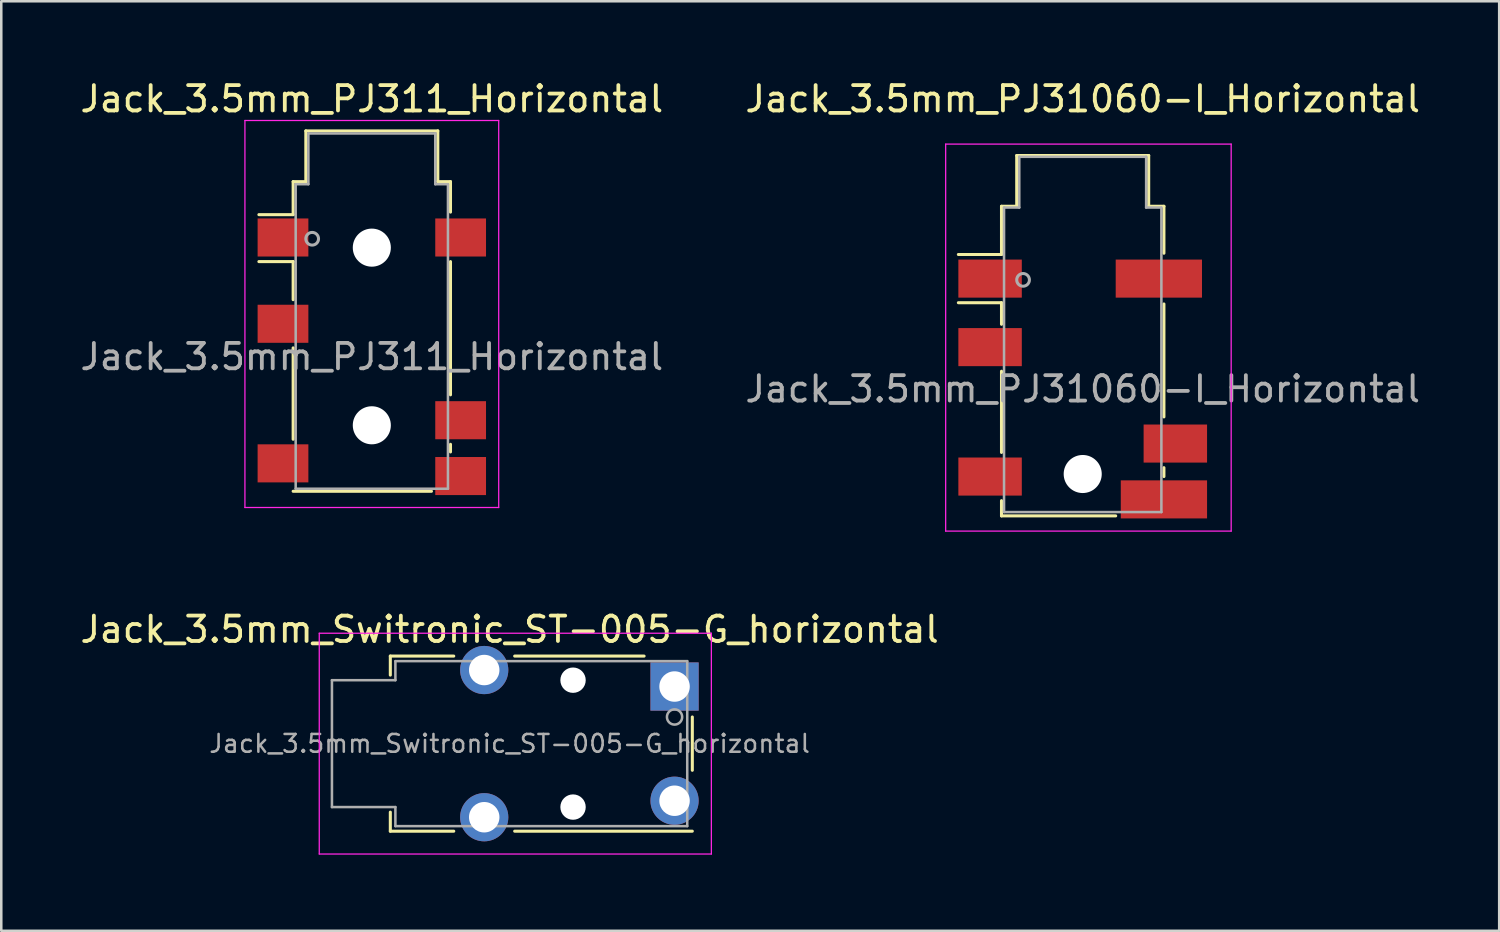
<source format=kicad_pcb>
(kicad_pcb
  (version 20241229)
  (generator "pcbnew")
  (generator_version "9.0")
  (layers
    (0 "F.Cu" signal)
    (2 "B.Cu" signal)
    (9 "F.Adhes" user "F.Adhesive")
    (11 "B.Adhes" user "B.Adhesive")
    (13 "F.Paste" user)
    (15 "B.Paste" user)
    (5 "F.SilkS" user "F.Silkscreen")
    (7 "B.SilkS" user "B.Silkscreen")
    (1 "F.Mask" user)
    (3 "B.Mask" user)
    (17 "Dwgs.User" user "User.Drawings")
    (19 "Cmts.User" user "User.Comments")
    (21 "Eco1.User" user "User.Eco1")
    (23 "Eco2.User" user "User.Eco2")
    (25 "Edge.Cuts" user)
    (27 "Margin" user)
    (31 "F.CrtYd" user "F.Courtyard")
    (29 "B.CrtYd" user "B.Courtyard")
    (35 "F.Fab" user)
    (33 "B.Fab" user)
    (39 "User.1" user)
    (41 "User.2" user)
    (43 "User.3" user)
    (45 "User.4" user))
  (footprint "Jack_3.5mm_PJ311_Horizontal"
    (layer "F.Cu")
    (at 11.601 11.008)
    (property "Reference" "Jack_3.5mm_PJ311_Horizontal" (at 0 -10.16 0) (layer "F.SilkS") (effects (font (size 1 1) (thickness 0.15))))
    (attr smd)
    (fp_line (start -3.1 -6.9) (end -2.6 -6.9) (stroke (width 0.12) (type solid)) (layer "F.SilkS"))
    (fp_line (start -3.1 -5.6) (end -4.45 -5.6) (stroke (width 0.12) (type solid)) (layer "F.SilkS"))
    (fp_line (start -3.1 -5.6) (end -3.1 -6.9) (stroke (width 0.12) (type solid)) (layer "F.SilkS"))
    (fp_line (start -3.1 -3.75) (end -4.45 -3.75) (stroke (width 0.12) (type solid)) (layer "F.SilkS"))
    (fp_line (start -3.1 -2.25) (end -3.1 -3.75) (stroke (width 0.12) (type solid)) (layer "F.SilkS"))
    (fp_line (start -3.1 3.25) (end -3.1 -0.35) (stroke (width 0.12) (type solid)) (layer "F.SilkS"))
    (fp_line (start -2.6 -8.9) (end 2.6 -8.9) (stroke (width 0.12) (type solid)) (layer "F.SilkS"))
    (fp_line (start -2.6 -6.9) (end -2.6 -8.9) (stroke (width 0.12) (type solid)) (layer "F.SilkS"))
    (fp_line (start 2.35 5.3) (end -3.1 5.3) (stroke (width 0.12) (type solid)) (layer "F.SilkS"))
    (fp_line (start 2.6 -8.9) (end 2.6 -6.9) (stroke (width 0.12) (type solid)) (layer "F.SilkS"))
    (fp_line (start 2.6 -6.9) (end 3.1 -6.9) (stroke (width 0.12) (type solid)) (layer "F.SilkS"))
    (fp_line (start 3.1 -6.9) (end 3.1 -5.7) (stroke (width 0.12) (type solid)) (layer "F.SilkS"))
    (fp_line (start 3.1 -3.75) (end 3.1 1.5) (stroke (width 0.12) (type solid)) (layer "F.SilkS"))
    (fp_line (start 3.1 3.45) (end 3.1 3.75) (stroke (width 0.12) (type solid)) (layer "F.SilkS"))
    (fp_line (start -5 -9.31) (end -5 5.94) (stroke (width 0.05) (type solid)) (layer "F.CrtYd"))
    (fp_line (start -5 -9.31) (end 5 -9.31) (stroke (width 0.05) (type solid)) (layer "F.CrtYd"))
    (fp_line (start -5 5.94) (end 5 5.94) (stroke (width 0.05) (type solid)) (layer "F.CrtYd"))
    (fp_line (start 5 5.94) (end 5 -9.31) (stroke (width 0.05) (type solid)) (layer "F.CrtYd"))
    (fp_line (start -3 -6.8) (end -3 5.2) (stroke (width 0.1) (type solid)) (layer "F.Fab"))
    (fp_line (start -3 5.2) (end 3 5.2) (stroke (width 0.1) (type solid)) (layer "F.Fab"))
    (fp_line (start -2.5 -8.8) (end -2.5 -6.8) (stroke (width 0.1) (type solid)) (layer "F.Fab"))
    (fp_line (start -2.5 -6.8) (end -3 -6.8) (stroke (width 0.1) (type solid)) (layer "F.Fab"))
    (fp_line (start 2.5 -8.8) (end -2.5 -8.8) (stroke (width 0.1) (type solid)) (layer "F.Fab"))
    (fp_line (start 2.5 -6.8) (end 2.5 -8.8) (stroke (width 0.1) (type solid)) (layer "F.Fab"))
    (fp_line (start 3 -6.8) (end 2.5 -6.8) (stroke (width 0.1) (type solid)) (layer "F.Fab"))
    (fp_line (start 3 5.2) (end 3 -6.8) (stroke (width 0.1) (type solid)) (layer "F.Fab"))
    (fp_circle (center -2.35 -4.65) (end -2.1 -4.65) (stroke (width 0.12) (type solid)) (fill no) (layer "F.Fab"))
    (fp_text user "${REFERENCE}" (at 0 0 0) (layer "F.Fab") (effects (font (size 1 1) (thickness 0.15))))
    (pad "" np_thru_hole circle (at 0 -4.3) (size 1.5 1.5) (drill 1.5) (layers "*.Cu" "*.Mask"))
    (pad "" np_thru_hole circle (at 0 2.7) (size 1.5 1.5) (drill 1.5) (layers "*.Cu" "*.Mask"))
    (pad "1" smd rect (at -3.5 -4.7) (size 2 1.5) (layers "F.Cu" "F.Mask" "F.Paste"))
    (pad "2" smd rect (at 3.5 -4.7) (size 2 1.5) (layers "F.Cu" "F.Mask" "F.Paste"))
    (pad "3" smd rect (at -3.5 -1.3) (size 2 1.5) (layers "F.Cu" "F.Mask" "F.Paste"))
    (pad "4" smd rect (at 3.5 2.5) (size 2 1.5) (layers "F.Cu" "F.Mask" "F.Paste"))
    (pad "5" smd rect (at 3.5 4.7) (size 2 1.5) (layers "F.Cu" "F.Mask" "F.Paste"))
    (pad "6" smd rect (at -3.5 4.2) (size 2 1.5) (layers "F.Cu" "F.Mask" "F.Paste")))
  (footprint "Jack_3.5mm_PJ31060-I_Horizontal"
    (layer "F.Cu")
    (at 39.613 12.278)
    (property "Reference" "Jack_3.5mm_PJ31060-I_Horizontal" (at 0 -11.43 0) (layer "F.SilkS") (effects (font (size 1 1) (thickness 0.15))))
    (attr smd)
    (fp_line (start -4.9 -3.4) (end -3.2 -3.4) (stroke (width 0.12) (type solid)) (layer "F.SilkS"))
    (fp_line (start -3.2 -7.2) (end -2.6 -7.2) (stroke (width 0.12) (type solid)) (layer "F.SilkS"))
    (fp_line (start -3.2 -5.3) (end -4.9 -5.3) (stroke (width 0.12) (type solid)) (layer "F.SilkS"))
    (fp_line (start -3.2 -5.3) (end -3.2 -7.2) (stroke (width 0.12) (type solid)) (layer "F.SilkS"))
    (fp_line (start -3.2 -2.55) (end -3.2 -3.4) (stroke (width 0.12) (type solid)) (layer "F.SilkS"))
    (fp_line (start -3.2 2.5) (end -3.2 -0.7) (stroke (width 0.12) (type solid)) (layer "F.SilkS"))
    (fp_line (start -3.2 5) (end -3.2 4.4) (stroke (width 0.12) (type solid)) (layer "F.SilkS"))
    (fp_line (start -2.6 -9.2) (end 2.6 -9.2) (stroke (width 0.12) (type solid)) (layer "F.SilkS"))
    (fp_line (start -2.6 -7.2) (end -2.6 -9.2) (stroke (width 0.12) (type solid)) (layer "F.SilkS"))
    (fp_line (start 1.3 5) (end -3.2 5) (stroke (width 0.12) (type solid)) (layer "F.SilkS"))
    (fp_line (start 2.6 -9.2) (end 2.6 -7.2) (stroke (width 0.12) (type solid)) (layer "F.SilkS"))
    (fp_line (start 2.6 -7.2) (end 3.2 -7.2) (stroke (width 0.12) (type solid)) (layer "F.SilkS"))
    (fp_line (start 3.2 -7.2) (end 3.2 -5.35) (stroke (width 0.12) (type solid)) (layer "F.SilkS"))
    (fp_line (start 3.2 -3.35) (end 3.2 1.1) (stroke (width 0.12) (type solid)) (layer "F.SilkS"))
    (fp_line (start 3.2 3.1) (end 3.2 3.45) (stroke (width 0.12) (type solid)) (layer "F.SilkS"))
    (fp_line (start -5.4 -9.65) (end -5.4 5.6) (stroke (width 0.05) (type solid)) (layer "F.CrtYd"))
    (fp_line (start -5.4 -9.65) (end 5.85 -9.65) (stroke (width 0.05) (type solid)) (layer "F.CrtYd"))
    (fp_line (start 5.85 5.6) (end -5.4 5.6) (stroke (width 0.05) (type solid)) (layer "F.CrtYd"))
    (fp_line (start 5.85 5.6) (end 5.85 -9.65) (stroke (width 0.05) (type solid)) (layer "F.CrtYd"))
    (fp_line (start -3.1 -7.15) (end -3.1 4.85) (stroke (width 0.1) (type solid)) (layer "F.Fab"))
    (fp_line (start -2.5 -9.15) (end -2.5 -7.15) (stroke (width 0.1) (type solid)) (layer "F.Fab"))
    (fp_line (start -2.5 -7.15) (end -3.1 -7.15) (stroke (width 0.1) (type solid)) (layer "F.Fab"))
    (fp_line (start 2.5 -9.15) (end -2.5 -9.15) (stroke (width 0.1) (type solid)) (layer "F.Fab"))
    (fp_line (start 2.5 -7.15) (end 2.5 -9.15) (stroke (width 0.1) (type solid)) (layer "F.Fab"))
    (fp_line (start 2.5 -7.15) (end 3.1 -7.15) (stroke (width 0.1) (type solid)) (layer "F.Fab"))
    (fp_line (start 3.1 -7.15) (end 3.1 4.85) (stroke (width 0.1) (type solid)) (layer "F.Fab"))
    (fp_line (start 3.1 4.85) (end -3.1 4.85) (stroke (width 0.1) (type solid)) (layer "F.Fab"))
    (fp_circle (center -2.35 -4.3) (end -2.1 -4.3) (stroke (width 0.12) (type solid)) (fill no) (layer "F.Fab"))
    (fp_text user "${REFERENCE}" (at 0 0 0) (layer "F.Fab") (effects (font (size 1 1) (thickness 0.15))))
    (pad "" np_thru_hole circle (at 0 3.35) (size 1.5 1.5) (drill 1.5) (layers "*.Cu" "*.Mask"))
    (pad "R1" smd rect (at -3.65 -1.65) (size 2.5 1.5) (layers "F.Cu" "F.Mask" "F.Paste"))
    (pad "R1N" smd rect (at -3.65 3.45) (size 2.5 1.5) (layers "F.Cu" "F.Mask" "F.Paste"))
    (pad "R2" smd rect (at 3 -4.35) (size 3.4 1.5) (layers "F.Cu" "F.Mask" "F.Paste"))
    (pad "S" smd rect (at -3.65 -4.35) (size 2.5 1.5) (layers "F.Cu" "F.Mask" "F.Paste"))
    (pad "T" smd rect (at 3.65 2.15) (size 2.5 1.5) (layers "F.Cu" "F.Mask" "F.Paste"))
    (pad "TN" smd rect (at 3.2 4.35) (size 3.4 1.5) (layers "F.Cu" "F.Mask" "F.Paste")))
  (footprint "Jack_3.5mm_Switronic_ST-005-G_horizontal"
    (layer "F.Cu")
    (at 17.03 26.252)
    (property "Reference" "Jack_3.5mm_Switronic_ST-005-G_horizontal" (at 0 -4.5 0) (layer "F.SilkS") (effects (font (size 1 1) (thickness 0.15))))
    (attr through_hole)
    (fp_line (start -4.7 -3.45) (end -2.2 -3.45) (stroke (width 0.12) (type solid)) (layer "F.SilkS"))
    (fp_line (start -4.7 -2.7) (end -4.7 -3.45) (stroke (width 0.12) (type solid)) (layer "F.SilkS"))
    (fp_line (start -4.7 3.45) (end -4.7 2.7) (stroke (width 0.12) (type solid)) (layer "F.SilkS"))
    (fp_line (start -2.2 3.45) (end -4.7 3.45) (stroke (width 0.12) (type solid)) (layer "F.SilkS"))
    (fp_line (start 0.2 -3.45) (end 5.3 -3.45) (stroke (width 0.12) (type solid)) (layer "F.SilkS"))
    (fp_line (start 0.2 3.45) (end 7.2 3.45) (stroke (width 0.12) (type solid)) (layer "F.SilkS"))
    (fp_line (start 7.2 -1.05) (end 7.2 1.05) (stroke (width 0.12) (type solid)) (layer "F.SilkS"))
    (fp_line (start -7.5 -4.35) (end -7.5 4.35) (stroke (width 0.05) (type solid)) (layer "F.CrtYd"))
    (fp_line (start -7.5 4.35) (end 7.95 4.35) (stroke (width 0.05) (type solid)) (layer "F.CrtYd"))
    (fp_line (start 7.95 -4.35) (end -7.5 -4.35) (stroke (width 0.05) (type solid)) (layer "F.CrtYd"))
    (fp_line (start 7.95 4.35) (end 7.95 -4.35) (stroke (width 0.05) (type solid)) (layer "F.CrtYd"))
    (fp_line (start -7 -2.5) (end -4.5 -2.5) (stroke (width 0.1) (type solid)) (layer "F.Fab"))
    (fp_line (start -7 2.5) (end -7 -2.5) (stroke (width 0.1) (type solid)) (layer "F.Fab"))
    (fp_line (start -4.5 -3.25) (end 7 -3.25) (stroke (width 0.1) (type solid)) (layer "F.Fab"))
    (fp_line (start -4.5 -2.5) (end -4.5 -3.25) (stroke (width 0.1) (type solid)) (layer "F.Fab"))
    (fp_line (start -4.5 2.5) (end -7 2.5) (stroke (width 0.1) (type solid)) (layer "F.Fab"))
    (fp_line (start -4.5 3.25) (end -4.5 2.5) (stroke (width 0.1) (type solid)) (layer "F.Fab"))
    (fp_line (start 7 -3.25) (end 7 3.25) (stroke (width 0.1) (type solid)) (layer "F.Fab"))
    (fp_line (start 7 3.25) (end -4.5 3.25) (stroke (width 0.1) (type solid)) (layer "F.Fab"))
    (fp_circle (center 6.5 -1.05) (end 6.8 -1.05) (stroke (width 0.1) (type solid)) (fill no) (layer "F.Fab"))
    (fp_text user "${REFERENCE}" (at 0 0 0) (layer "F.Fab") (effects (font (size 0.7 0.7) (thickness 0.1))))
    (pad "" np_thru_hole circle (at 2.5 -2.5) (size 1 1) (drill 1) (layers "*.Cu" "*.Mask"))
    (pad "" np_thru_hole circle (at 2.5 2.5) (size 1 1) (drill 1) (layers "*.Cu" "*.Mask"))
    (pad "R" thru_hole rect (at 6.5 -2.25) (size 1.9 1.9) (drill 1.2) (layers "*.Cu" "*.Mask"))
    (pad "S" thru_hole circle (at 6.5 2.25) (size 1.9 1.9) (drill 1.2) (layers "*.Cu" "*.Mask"))
    (pad "T" thru_hole circle (at -1 -2.9) (size 1.9 1.9) (drill 1.2) (layers "*.Cu" "*.Mask"))
    (pad "T" thru_hole circle (at -1 2.9) (size 1.9 1.9) (drill 1.2) (layers "*.Cu" "*.Mask")))
  (gr_rect
    (start -3 -3)
    (end 56.024 33.627)
    (stroke (width 0.1) (type default))
    (fill no)
    (layer "Edge.Cuts")))
</source>
